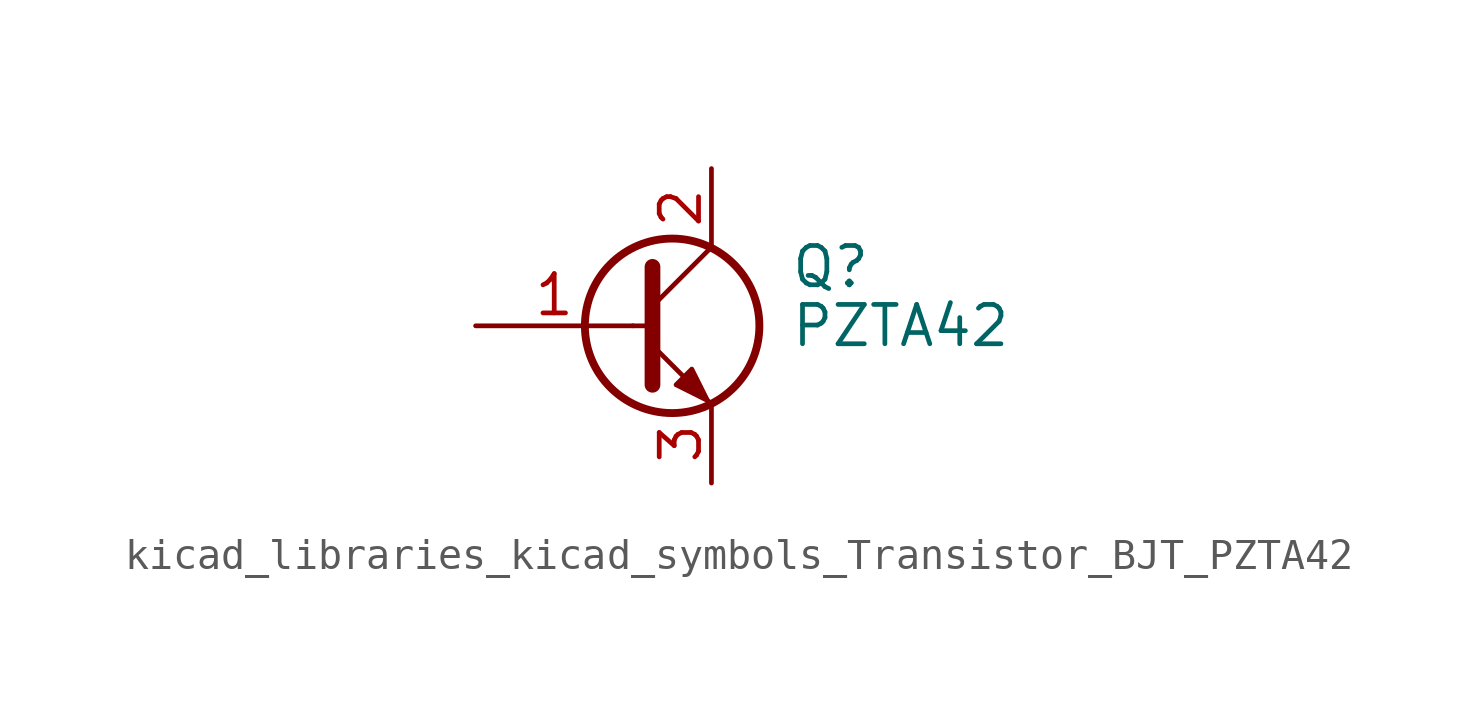
<source format=kicad_sym>
(kicad_symbol_lib
  (version 20220914)
  (generator kicad_symbol_editor)
  (symbol "kicad_libraries_kicad_symbols_Transistor_BJT_PZTA42"
    (pin_names
      (offset 0) hide)
    (property "Reference" "Q"
      (at 5.08 1.905 0)
      (effects (font (size 1.27 1.27)) (justify left)))
    (property "Value" "PZTA42"
      (at 5.08 0 0)
      (effects (font (size 1.27 1.27)) (justify left)))
    (symbol "kicad_libraries_kicad_symbols_Transistor_BJT_PZTA42_0_1"
      (polyline (pts (xy 0 0) (xy 0.635 0)) (stroke (width 0) (type default)) (fill (type none)))
      (polyline (pts (xy 2.54 -2.54) (xy 0.635 -0.635)) (stroke (width 0) (type default)) (fill (type none)))
      (polyline (pts (xy 2.54 2.54) (xy 0.635 0.635)) (stroke (width 0) (type default)) (fill (type none)))
      (polyline (pts (xy 0.635 1.905) (xy 0.635 -1.905) (xy 0.635 -1.905)) (stroke (width 0.508) (type default)) (fill (type none)))
      (polyline (pts (xy 2.286 -2.286) (xy 1.778 -1.778) (xy 1.778 -1.778)) (stroke (width 0) (type default)) (fill (type none)))
      (polyline (pts (xy 1.397 -1.905) (xy 1.905 -1.397) (xy 2.413 -2.413) (xy 1.397 -1.905) (xy 1.397 -1.905)) (stroke (width 0) (type default)) (fill (type outline)))
      (circle (center 1.27 0) (radius 2.819) (stroke (width 0.254) (type default)) (fill (type none))))
    (symbol "kicad_libraries_kicad_symbols_Transistor_BJT_PZTA42_1_1"
      (pin input line (at -5.08 0 0) (length 5.08) (name "B" (effects (font (size 1.27 1.27)))) (number "1" (effects (font (size 1.27 1.27)))))
      (pin passive line (at 2.54 5.08 270) (length 2.54) (name "C" (effects (font (size 1.27 1.27)))) (number "2" (effects (font (size 1.27 1.27)))))
      (pin passive line (at 2.54 -5.08 90) (length 2.54) (name "E" (effects (font (size 1.27 1.27)))) (number "3" (effects (font (size 1.27 1.27))))))))
</source>
